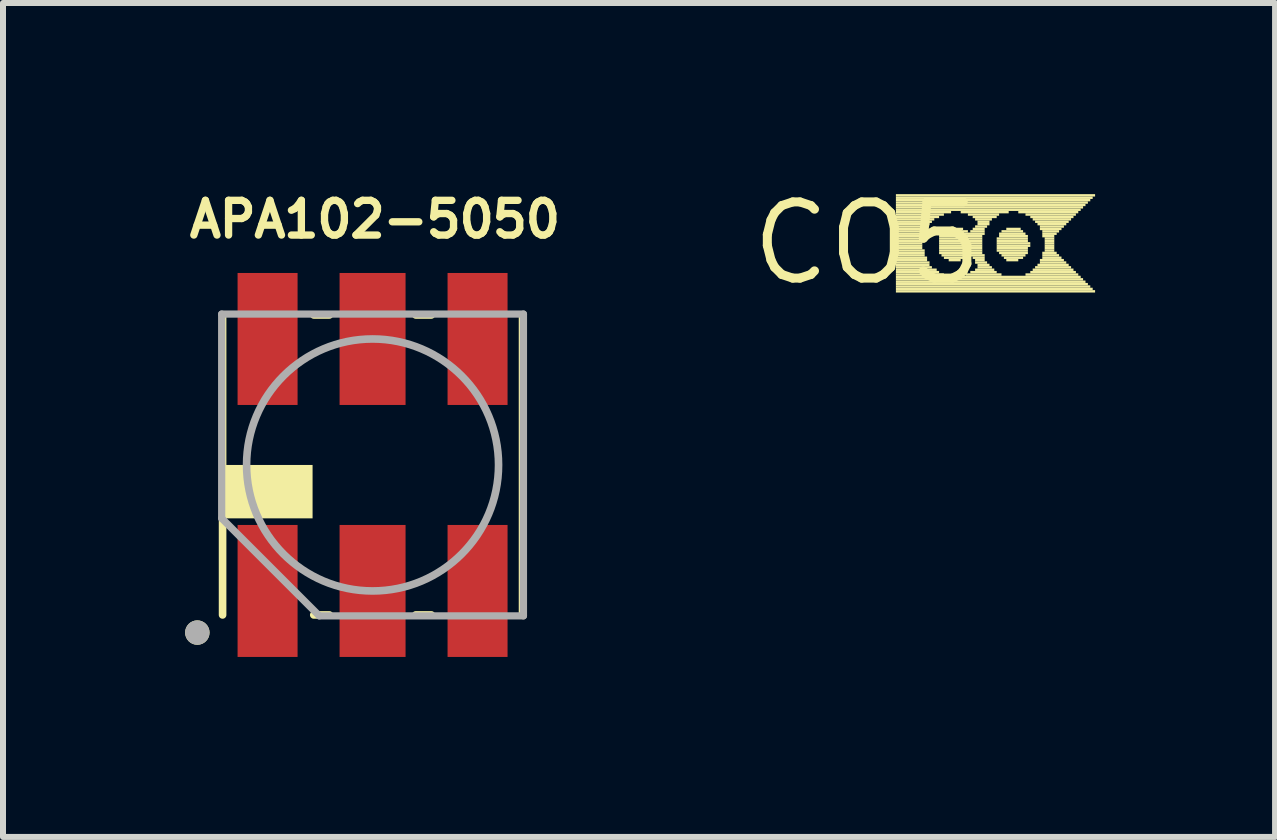
<source format=kicad_pcb>
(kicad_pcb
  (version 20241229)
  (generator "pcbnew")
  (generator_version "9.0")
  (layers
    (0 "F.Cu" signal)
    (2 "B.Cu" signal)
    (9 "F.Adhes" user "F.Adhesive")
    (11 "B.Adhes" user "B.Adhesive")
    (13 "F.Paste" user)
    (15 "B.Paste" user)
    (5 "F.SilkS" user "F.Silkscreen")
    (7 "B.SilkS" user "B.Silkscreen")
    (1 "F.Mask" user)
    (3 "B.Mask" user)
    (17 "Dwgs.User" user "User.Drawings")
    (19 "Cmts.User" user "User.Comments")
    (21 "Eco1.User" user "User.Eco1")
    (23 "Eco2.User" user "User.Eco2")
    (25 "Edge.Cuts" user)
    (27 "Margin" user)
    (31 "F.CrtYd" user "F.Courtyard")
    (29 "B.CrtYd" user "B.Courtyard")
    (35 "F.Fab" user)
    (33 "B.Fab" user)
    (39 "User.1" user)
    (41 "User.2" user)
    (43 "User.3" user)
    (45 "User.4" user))
  (footprint "CO5"
    (layer "F.Cu")
    (at 11.403 1.006)
    (property "Reference" "CO5" (at 0 0 0) (layer "F.SilkS") (effects (font (size 1.27 1.27) (thickness 0.15))))
    (attr through_hole)
    (fp_poly (pts (xy 0.48 -0.78) (xy 3.8 -0.78) (xy 3.8 -0.82) (xy 0.48 -0.82)) (stroke (width 0) (type solid)) (fill yes) (layer "F.SilkS"))
    (fp_poly (pts (xy 0.48 -0.74) (xy 3.76 -0.74) (xy 3.76 -0.78) (xy 0.48 -0.78)) (stroke (width 0) (type solid)) (fill yes) (layer "F.SilkS"))
    (fp_poly (pts (xy 0.48 -0.7) (xy 3.72 -0.7) (xy 3.72 -0.74) (xy 0.48 -0.74)) (stroke (width 0) (type solid)) (fill yes) (layer "F.SilkS"))
    (fp_poly (pts (xy 0.48 -0.66) (xy 3.68 -0.66) (xy 3.68 -0.7) (xy 0.48 -0.7)) (stroke (width 0) (type solid)) (fill yes) (layer "F.SilkS"))
    (fp_poly (pts (xy 0.48 -0.62) (xy 3.64 -0.62) (xy 3.64 -0.66) (xy 0.48 -0.66)) (stroke (width 0) (type solid)) (fill yes) (layer "F.SilkS"))
    (fp_poly (pts (xy 0.48 -0.58) (xy 3.6 -0.58) (xy 3.6 -0.62) (xy 0.48 -0.62)) (stroke (width 0) (type solid)) (fill yes) (layer "F.SilkS"))
    (fp_poly (pts (xy 0.48 -0.54) (xy 3.56 -0.54) (xy 3.56 -0.58) (xy 0.48 -0.58)) (stroke (width 0) (type solid)) (fill yes) (layer "F.SilkS"))
    (fp_poly (pts (xy 0.48 -0.5) (xy 1.4 -0.5) (xy 1.4 -0.54) (xy 0.48 -0.54)) (stroke (width 0) (type solid)) (fill yes) (layer "F.SilkS"))
    (fp_poly (pts (xy 0.48 -0.46) (xy 1.28 -0.46) (xy 1.28 -0.5) (xy 0.48 -0.5)) (stroke (width 0) (type solid)) (fill yes) (layer "F.SilkS"))
    (fp_poly (pts (xy 0.48 -0.42) (xy 1.2 -0.42) (xy 1.2 -0.46) (xy 0.48 -0.46)) (stroke (width 0) (type solid)) (fill yes) (layer "F.SilkS"))
    (fp_poly (pts (xy 0.48 -0.38) (xy 1.12 -0.38) (xy 1.12 -0.42) (xy 0.48 -0.42)) (stroke (width 0) (type solid)) (fill yes) (layer "F.SilkS"))
    (fp_poly (pts (xy 0.48 -0.34) (xy 1.08 -0.34) (xy 1.08 -0.38) (xy 0.48 -0.38)) (stroke (width 0) (type solid)) (fill yes) (layer "F.SilkS"))
    (fp_poly (pts (xy 0.48 -0.3) (xy 1.04 -0.3) (xy 1.04 -0.34) (xy 0.48 -0.34)) (stroke (width 0) (type solid)) (fill yes) (layer "F.SilkS"))
    (fp_poly (pts (xy 0.48 -0.26) (xy 1 -0.26) (xy 1 -0.3) (xy 0.48 -0.3)) (stroke (width 0) (type solid)) (fill yes) (layer "F.SilkS"))
    (fp_poly (pts (xy 0.48 -0.22) (xy 1 -0.22) (xy 1 -0.26) (xy 0.48 -0.26)) (stroke (width 0) (type solid)) (fill yes) (layer "F.SilkS"))
    (fp_poly (pts (xy 0.48 -0.18) (xy 0.96 -0.18) (xy 0.96 -0.22) (xy 0.48 -0.22)) (stroke (width 0) (type solid)) (fill yes) (layer "F.SilkS"))
    (fp_poly (pts (xy 0.48 -0.14) (xy 0.96 -0.14) (xy 0.96 -0.18) (xy 0.48 -0.18)) (stroke (width 0) (type solid)) (fill yes) (layer "F.SilkS"))
    (fp_poly (pts (xy 0.48 -0.1) (xy 0.96 -0.1) (xy 0.96 -0.14) (xy 0.48 -0.14)) (stroke (width 0) (type solid)) (fill yes) (layer "F.SilkS"))
    (fp_poly (pts (xy 0.48 -0.06) (xy 0.92 -0.06) (xy 0.92 -0.1) (xy 0.48 -0.1)) (stroke (width 0) (type solid)) (fill yes) (layer "F.SilkS"))
    (fp_poly (pts (xy 0.48 -0.02) (xy 0.92 -0.02) (xy 0.92 -0.06) (xy 0.48 -0.06)) (stroke (width 0) (type solid)) (fill yes) (layer "F.SilkS"))
    (fp_poly (pts (xy 0.48 0.02) (xy 0.92 0.02) (xy 0.92 -0.02) (xy 0.48 -0.02)) (stroke (width 0) (type solid)) (fill yes) (layer "F.SilkS"))
    (fp_poly (pts (xy 0.48 0.06) (xy 0.92 0.06) (xy 0.92 0.02) (xy 0.48 0.02)) (stroke (width 0) (type solid)) (fill yes) (layer "F.SilkS"))
    (fp_poly (pts (xy 0.48 0.1) (xy 0.92 0.1) (xy 0.92 0.06) (xy 0.48 0.06)) (stroke (width 0) (type solid)) (fill yes) (layer "F.SilkS"))
    (fp_poly (pts (xy 0.48 0.14) (xy 0.96 0.14) (xy 0.96 0.1) (xy 0.48 0.1)) (stroke (width 0) (type solid)) (fill yes) (layer "F.SilkS"))
    (fp_poly (pts (xy 0.48 0.18) (xy 0.96 0.18) (xy 0.96 0.14) (xy 0.48 0.14)) (stroke (width 0) (type solid)) (fill yes) (layer "F.SilkS"))
    (fp_poly (pts (xy 0.48 0.22) (xy 0.96 0.22) (xy 0.96 0.18) (xy 0.48 0.18)) (stroke (width 0) (type solid)) (fill yes) (layer "F.SilkS"))
    (fp_poly (pts (xy 0.48 0.26) (xy 1 0.26) (xy 1 0.22) (xy 0.48 0.22)) (stroke (width 0) (type solid)) (fill yes) (layer "F.SilkS"))
    (fp_poly (pts (xy 0.48 0.3) (xy 1 0.3) (xy 1 0.26) (xy 0.48 0.26)) (stroke (width 0) (type solid)) (fill yes) (layer "F.SilkS"))
    (fp_poly (pts (xy 0.48 0.34) (xy 1.04 0.34) (xy 1.04 0.3) (xy 0.48 0.3)) (stroke (width 0) (type solid)) (fill yes) (layer "F.SilkS"))
    (fp_poly (pts (xy 0.48 0.38) (xy 1.04 0.38) (xy 1.04 0.34) (xy 0.48 0.34)) (stroke (width 0) (type solid)) (fill yes) (layer "F.SilkS"))
    (fp_poly (pts (xy 0.48 0.42) (xy 1.08 0.42) (xy 1.08 0.38) (xy 0.48 0.38)) (stroke (width 0) (type solid)) (fill yes) (layer "F.SilkS"))
    (fp_poly (pts (xy 0.48 0.46) (xy 1.16 0.46) (xy 1.16 0.42) (xy 0.48 0.42)) (stroke (width 0) (type solid)) (fill yes) (layer "F.SilkS"))
    (fp_poly (pts (xy 0.48 0.5) (xy 1.2 0.5) (xy 1.2 0.46) (xy 0.48 0.46)) (stroke (width 0) (type solid)) (fill yes) (layer "F.SilkS"))
    (fp_poly (pts (xy 0.48 0.54) (xy 1.28 0.54) (xy 1.28 0.5) (xy 0.48 0.5)) (stroke (width 0) (type solid)) (fill yes) (layer "F.SilkS"))
    (fp_poly (pts (xy 0.48 0.58) (xy 3.56 0.58) (xy 3.56 0.54) (xy 0.48 0.54)) (stroke (width 0) (type solid)) (fill yes) (layer "F.SilkS"))
    (fp_poly (pts (xy 0.48 0.62) (xy 3.6 0.62) (xy 3.6 0.58) (xy 0.48 0.58)) (stroke (width 0) (type solid)) (fill yes) (layer "F.SilkS"))
    (fp_poly (pts (xy 0.48 0.66) (xy 3.64 0.66) (xy 3.64 0.62) (xy 0.48 0.62)) (stroke (width 0) (type solid)) (fill yes) (layer "F.SilkS"))
    (fp_poly (pts (xy 0.48 0.7) (xy 3.68 0.7) (xy 3.68 0.66) (xy 0.48 0.66)) (stroke (width 0) (type solid)) (fill yes) (layer "F.SilkS"))
    (fp_poly (pts (xy 0.48 0.74) (xy 3.72 0.74) (xy 3.72 0.7) (xy 0.48 0.7)) (stroke (width 0) (type solid)) (fill yes) (layer "F.SilkS"))
    (fp_poly (pts (xy 0.48 0.78) (xy 3.76 0.78) (xy 3.76 0.74) (xy 0.48 0.74)) (stroke (width 0) (type solid)) (fill yes) (layer "F.SilkS"))
    (fp_poly (pts (xy 0.48 0.82) (xy 3.8 0.82) (xy 3.8 0.78) (xy 0.48 0.78)) (stroke (width 0) (type solid)) (fill yes) (layer "F.SilkS"))
    (fp_poly (pts (xy 1.2 -0.1) (xy 1.92 -0.1) (xy 1.92 -0.14) (xy 1.2 -0.14)) (stroke (width 0) (type solid)) (fill yes) (layer "F.SilkS"))
    (fp_poly (pts (xy 1.2 -0.06) (xy 1.92 -0.06) (xy 1.92 -0.1) (xy 1.2 -0.1)) (stroke (width 0) (type solid)) (fill yes) (layer "F.SilkS"))
    (fp_poly (pts (xy 1.2 -0.02) (xy 1.92 -0.02) (xy 1.92 -0.06) (xy 1.2 -0.06)) (stroke (width 0) (type solid)) (fill yes) (layer "F.SilkS"))
    (fp_poly (pts (xy 1.2 0.02) (xy 1.92 0.02) (xy 1.92 -0.02) (xy 1.2 -0.02)) (stroke (width 0) (type solid)) (fill yes) (layer "F.SilkS"))
    (fp_poly (pts (xy 1.2 0.06) (xy 1.92 0.06) (xy 1.92 0.02) (xy 1.2 0.02)) (stroke (width 0) (type solid)) (fill yes) (layer "F.SilkS"))
    (fp_poly (pts (xy 1.2 0.1) (xy 1.92 0.1) (xy 1.92 0.06) (xy 1.2 0.06)) (stroke (width 0) (type solid)) (fill yes) (layer "F.SilkS"))
    (fp_poly (pts (xy 1.2 0.14) (xy 1.92 0.14) (xy 1.92 0.1) (xy 1.2 0.1)) (stroke (width 0) (type solid)) (fill yes) (layer "F.SilkS"))
    (fp_poly (pts (xy 1.2 0.18) (xy 1.92 0.18) (xy 1.92 0.14) (xy 1.2 0.14)) (stroke (width 0) (type solid)) (fill yes) (layer "F.SilkS"))
    (fp_poly (pts (xy 1.24 -0.14) (xy 1.96 -0.14) (xy 1.96 -0.18) (xy 1.24 -0.18)) (stroke (width 0) (type solid)) (fill yes) (layer "F.SilkS"))
    (fp_poly (pts (xy 1.24 0.22) (xy 1.96 0.22) (xy 1.96 0.18) (xy 1.24 0.18)) (stroke (width 0) (type solid)) (fill yes) (layer "F.SilkS"))
    (fp_poly (pts (xy 1.28 -0.18) (xy 1.68 -0.18) (xy 1.68 -0.22) (xy 1.28 -0.22)) (stroke (width 0) (type solid)) (fill yes) (layer "F.SilkS"))
    (fp_poly (pts (xy 1.28 0.26) (xy 1.64 0.26) (xy 1.64 0.22) (xy 1.28 0.22)) (stroke (width 0) (type solid)) (fill yes) (layer "F.SilkS"))
    (fp_poly (pts (xy 1.32 -0.22) (xy 1.6 -0.22) (xy 1.6 -0.26) (xy 1.32 -0.26)) (stroke (width 0) (type solid)) (fill yes) (layer "F.SilkS"))
    (fp_poly (pts (xy 1.36 0.3) (xy 1.56 0.3) (xy 1.56 0.26) (xy 1.36 0.26)) (stroke (width 0) (type solid)) (fill yes) (layer "F.SilkS"))
    (fp_poly (pts (xy 1.56 -0.5) (xy 2.36 -0.5) (xy 2.36 -0.54) (xy 1.56 -0.54)) (stroke (width 0) (type solid)) (fill yes) (layer "F.SilkS"))
    (fp_poly (pts (xy 1.64 0.54) (xy 2.24 0.54) (xy 2.24 0.5) (xy 1.64 0.5)) (stroke (width 0) (type solid)) (fill yes) (layer "F.SilkS"))
    (fp_poly (pts (xy 1.68 -0.46) (xy 2.2 -0.46) (xy 2.2 -0.5) (xy 1.68 -0.5)) (stroke (width 0) (type solid)) (fill yes) (layer "F.SilkS"))
    (fp_poly (pts (xy 1.72 -0.18) (xy 1.96 -0.18) (xy 1.96 -0.22) (xy 1.72 -0.22)) (stroke (width 0) (type solid)) (fill yes) (layer "F.SilkS"))
    (fp_poly (pts (xy 1.72 0.5) (xy 2.16 0.5) (xy 2.16 0.46) (xy 1.72 0.46)) (stroke (width 0) (type solid)) (fill yes) (layer "F.SilkS"))
    (fp_poly (pts (xy 1.76 -0.42) (xy 2.16 -0.42) (xy 2.16 -0.46) (xy 1.76 -0.46)) (stroke (width 0) (type solid)) (fill yes) (layer "F.SilkS"))
    (fp_poly (pts (xy 1.76 -0.22) (xy 1.96 -0.22) (xy 1.96 -0.26) (xy 1.76 -0.26)) (stroke (width 0) (type solid)) (fill yes) (layer "F.SilkS"))
    (fp_poly (pts (xy 1.76 0.26) (xy 1.96 0.26) (xy 1.96 0.22) (xy 1.76 0.22)) (stroke (width 0) (type solid)) (fill yes) (layer "F.SilkS"))
    (fp_poly (pts (xy 1.8 -0.38) (xy 2.08 -0.38) (xy 2.08 -0.42) (xy 1.8 -0.42)) (stroke (width 0) (type solid)) (fill yes) (layer "F.SilkS"))
    (fp_poly (pts (xy 1.8 -0.26) (xy 2 -0.26) (xy 2 -0.3) (xy 1.8 -0.3)) (stroke (width 0) (type solid)) (fill yes) (layer "F.SilkS"))
    (fp_poly (pts (xy 1.8 0.3) (xy 1.96 0.3) (xy 1.96 0.26) (xy 1.8 0.26)) (stroke (width 0) (type solid)) (fill yes) (layer "F.SilkS"))
    (fp_poly (pts (xy 1.8 0.34) (xy 2 0.34) (xy 2 0.3) (xy 1.8 0.3)) (stroke (width 0) (type solid)) (fill yes) (layer "F.SilkS"))
    (fp_poly (pts (xy 1.8 0.46) (xy 2.12 0.46) (xy 2.12 0.42) (xy 1.8 0.42)) (stroke (width 0) (type solid)) (fill yes) (layer "F.SilkS"))
    (fp_poly (pts (xy 1.84 -0.34) (xy 2.04 -0.34) (xy 2.04 -0.38) (xy 1.84 -0.38)) (stroke (width 0) (type solid)) (fill yes) (layer "F.SilkS"))
    (fp_poly (pts (xy 1.84 -0.3) (xy 2.04 -0.3) (xy 2.04 -0.34) (xy 1.84 -0.34)) (stroke (width 0) (type solid)) (fill yes) (layer "F.SilkS"))
    (fp_poly (pts (xy 1.84 0.38) (xy 2.04 0.38) (xy 2.04 0.34) (xy 1.84 0.34)) (stroke (width 0) (type solid)) (fill yes) (layer "F.SilkS"))
    (fp_poly (pts (xy 1.84 0.42) (xy 2.08 0.42) (xy 2.08 0.38) (xy 1.84 0.38)) (stroke (width 0) (type solid)) (fill yes) (layer "F.SilkS"))
    (fp_poly (pts (xy 2.16 -0.06) (xy 2.68 -0.06) (xy 2.68 -0.1) (xy 2.16 -0.1)) (stroke (width 0) (type solid)) (fill yes) (layer "F.SilkS"))
    (fp_poly (pts (xy 2.16 -0.02) (xy 2.68 -0.02) (xy 2.68 -0.06) (xy 2.16 -0.06)) (stroke (width 0) (type solid)) (fill yes) (layer "F.SilkS"))
    (fp_poly (pts (xy 2.16 0.02) (xy 2.72 0.02) (xy 2.72 -0.02) (xy 2.16 -0.02)) (stroke (width 0) (type solid)) (fill yes) (layer "F.SilkS"))
    (fp_poly (pts (xy 2.16 0.06) (xy 2.72 0.06) (xy 2.72 0.02) (xy 2.16 0.02)) (stroke (width 0) (type solid)) (fill yes) (layer "F.SilkS"))
    (fp_poly (pts (xy 2.16 0.1) (xy 2.68 0.1) (xy 2.68 0.06) (xy 2.16 0.06)) (stroke (width 0) (type solid)) (fill yes) (layer "F.SilkS"))
    (fp_poly (pts (xy 2.16 0.14) (xy 2.68 0.14) (xy 2.68 0.1) (xy 2.16 0.1)) (stroke (width 0) (type solid)) (fill yes) (layer "F.SilkS"))
    (fp_poly (pts (xy 2.2 -0.14) (xy 2.64 -0.14) (xy 2.64 -0.18) (xy 2.2 -0.18)) (stroke (width 0) (type solid)) (fill yes) (layer "F.SilkS"))
    (fp_poly (pts (xy 2.2 -0.1) (xy 2.68 -0.1) (xy 2.68 -0.14) (xy 2.2 -0.14)) (stroke (width 0) (type solid)) (fill yes) (layer "F.SilkS"))
    (fp_poly (pts (xy 2.2 0.18) (xy 2.68 0.18) (xy 2.68 0.14) (xy 2.2 0.14)) (stroke (width 0) (type solid)) (fill yes) (layer "F.SilkS"))
    (fp_poly (pts (xy 2.24 -0.18) (xy 2.6 -0.18) (xy 2.6 -0.22) (xy 2.24 -0.22)) (stroke (width 0) (type solid)) (fill yes) (layer "F.SilkS"))
    (fp_poly (pts (xy 2.24 0.22) (xy 2.64 0.22) (xy 2.64 0.18) (xy 2.24 0.18)) (stroke (width 0) (type solid)) (fill yes) (layer "F.SilkS"))
    (fp_poly (pts (xy 2.28 0.26) (xy 2.6 0.26) (xy 2.6 0.22) (xy 2.28 0.22)) (stroke (width 0) (type solid)) (fill yes) (layer "F.SilkS"))
    (fp_poly (pts (xy 2.32 -0.22) (xy 2.56 -0.22) (xy 2.56 -0.26) (xy 2.32 -0.26)) (stroke (width 0) (type solid)) (fill yes) (layer "F.SilkS"))
    (fp_poly (pts (xy 2.32 0.3) (xy 2.52 0.3) (xy 2.52 0.26) (xy 2.32 0.26)) (stroke (width 0) (type solid)) (fill yes) (layer "F.SilkS"))
    (fp_poly (pts (xy 2.52 -0.5) (xy 3.52 -0.5) (xy 3.52 -0.54) (xy 2.52 -0.54)) (stroke (width 0) (type solid)) (fill yes) (layer "F.SilkS"))
    (fp_poly (pts (xy 2.64 -0.46) (xy 3.48 -0.46) (xy 3.48 -0.5) (xy 2.64 -0.5)) (stroke (width 0) (type solid)) (fill yes) (layer "F.SilkS"))
    (fp_poly (pts (xy 2.64 0.54) (xy 3.52 0.54) (xy 3.52 0.5) (xy 2.64 0.5)) (stroke (width 0) (type solid)) (fill yes) (layer "F.SilkS"))
    (fp_poly (pts (xy 2.72 -0.42) (xy 3.44 -0.42) (xy 3.44 -0.46) (xy 2.72 -0.46)) (stroke (width 0) (type solid)) (fill yes) (layer "F.SilkS"))
    (fp_poly (pts (xy 2.72 0.5) (xy 3.48 0.5) (xy 3.48 0.46) (xy 2.72 0.46)) (stroke (width 0) (type solid)) (fill yes) (layer "F.SilkS"))
    (fp_poly (pts (xy 2.76 -0.38) (xy 3.4 -0.38) (xy 3.4 -0.42) (xy 2.76 -0.42)) (stroke (width 0) (type solid)) (fill yes) (layer "F.SilkS"))
    (fp_poly (pts (xy 2.76 0.46) (xy 3.44 0.46) (xy 3.44 0.42) (xy 2.76 0.42)) (stroke (width 0) (type solid)) (fill yes) (layer "F.SilkS"))
    (fp_poly (pts (xy 2.8 -0.34) (xy 3.36 -0.34) (xy 3.36 -0.38) (xy 2.8 -0.38)) (stroke (width 0) (type solid)) (fill yes) (layer "F.SilkS"))
    (fp_poly (pts (xy 2.8 0.42) (xy 3.4 0.42) (xy 3.4 0.38) (xy 2.8 0.38)) (stroke (width 0) (type solid)) (fill yes) (layer "F.SilkS"))
    (fp_poly (pts (xy 2.84 -0.3) (xy 3.32 -0.3) (xy 3.32 -0.34) (xy 2.84 -0.34)) (stroke (width 0) (type solid)) (fill yes) (layer "F.SilkS"))
    (fp_poly (pts (xy 2.84 0.38) (xy 3.36 0.38) (xy 3.36 0.34) (xy 2.84 0.34)) (stroke (width 0) (type solid)) (fill yes) (layer "F.SilkS"))
    (fp_poly (pts (xy 2.88 -0.26) (xy 3.28 -0.26) (xy 3.28 -0.3) (xy 2.88 -0.3)) (stroke (width 0) (type solid)) (fill yes) (layer "F.SilkS"))
    (fp_poly (pts (xy 2.88 -0.22) (xy 3.24 -0.22) (xy 3.24 -0.26) (xy 2.88 -0.26)) (stroke (width 0) (type solid)) (fill yes) (layer "F.SilkS"))
    (fp_poly (pts (xy 2.88 0.3) (xy 3.28 0.3) (xy 3.28 0.26) (xy 2.88 0.26)) (stroke (width 0) (type solid)) (fill yes) (layer "F.SilkS"))
    (fp_poly (pts (xy 2.88 0.34) (xy 3.32 0.34) (xy 3.32 0.3) (xy 2.88 0.3)) (stroke (width 0) (type solid)) (fill yes) (layer "F.SilkS"))
    (fp_poly (pts (xy 2.92 -0.18) (xy 3.2 -0.18) (xy 3.2 -0.22) (xy 2.92 -0.22)) (stroke (width 0) (type solid)) (fill yes) (layer "F.SilkS"))
    (fp_poly (pts (xy 2.92 -0.14) (xy 3.16 -0.14) (xy 3.16 -0.18) (xy 2.92 -0.18)) (stroke (width 0) (type solid)) (fill yes) (layer "F.SilkS"))
    (fp_poly (pts (xy 2.92 -0.1) (xy 3.12 -0.1) (xy 3.12 -0.14) (xy 2.92 -0.14)) (stroke (width 0) (type solid)) (fill yes) (layer "F.SilkS"))
    (fp_poly (pts (xy 2.92 0.18) (xy 3.16 0.18) (xy 3.16 0.14) (xy 2.92 0.14)) (stroke (width 0) (type solid)) (fill yes) (layer "F.SilkS"))
    (fp_poly (pts (xy 2.92 0.22) (xy 3.2 0.22) (xy 3.2 0.18) (xy 2.92 0.18)) (stroke (width 0) (type solid)) (fill yes) (layer "F.SilkS"))
    (fp_poly (pts (xy 2.92 0.26) (xy 3.24 0.26) (xy 3.24 0.22) (xy 2.92 0.22)) (stroke (width 0) (type solid)) (fill yes) (layer "F.SilkS"))
    (fp_poly (pts (xy 2.96 -0.06) (xy 3.12 -0.06) (xy 3.12 -0.1) (xy 2.96 -0.1)) (stroke (width 0) (type solid)) (fill yes) (layer "F.SilkS"))
    (fp_poly (pts (xy 2.96 -0.02) (xy 3.12 -0.02) (xy 3.12 -0.06) (xy 2.96 -0.06)) (stroke (width 0) (type solid)) (fill yes) (layer "F.SilkS"))
    (fp_poly (pts (xy 2.96 0.02) (xy 3.12 0.02) (xy 3.12 -0.02) (xy 2.96 -0.02)) (stroke (width 0) (type solid)) (fill yes) (layer "F.SilkS"))
    (fp_poly (pts (xy 2.96 0.06) (xy 3.12 0.06) (xy 3.12 0.02) (xy 2.96 0.02)) (stroke (width 0) (type solid)) (fill yes) (layer "F.SilkS"))
    (fp_poly (pts (xy 2.96 0.1) (xy 3.12 0.1) (xy 3.12 0.06) (xy 2.96 0.06)) (stroke (width 0) (type solid)) (fill yes) (layer "F.SilkS"))
    (fp_poly (pts (xy 2.96 0.14) (xy 3.12 0.14) (xy 3.12 0.1) (xy 2.96 0.1)) (stroke (width 0) (type solid)) (fill yes) (layer "F.SilkS")))
  (footprint "APA102-5050"
    (layer "F.Cu")
    (at 3.16 4.7)
    (property "Reference" "APA102-5050" (at 0.04 -3.755 0) (layer "F.SilkS") (effects (font (size 0.579 0.579) (thickness 0.122)) (justify bottom)))
    (attr through_hole)
    (fp_line (start -2.5 2.5) (end -2.5 -2.5) (stroke (width 0.127) (type solid)) (layer "F.SilkS"))
    (fp_line (start -0.72 -2.5) (end -0.98 -2.5) (stroke (width 0.127) (type solid)) (layer "F.SilkS"))
    (fp_line (start -0.72 2.5) (end -0.98 2.5) (stroke (width 0.127) (type solid)) (layer "F.SilkS"))
    (fp_line (start 0.98 -2.5) (end 0.72 -2.5) (stroke (width 0.127) (type solid)) (layer "F.SilkS"))
    (fp_line (start 0.98 2.5) (end 0.72 2.5) (stroke (width 0.127) (type solid)) (layer "F.SilkS"))
    (fp_line (start 2.5 -2.5) (end 2.5 2.5) (stroke (width 0.127) (type solid)) (layer "F.SilkS"))
    (fp_circle (center -2.921 2.794) (end -2.819 2.794) (stroke (width 0.203) (type solid)) (fill no) (layer "F.SilkS"))
    (fp_poly (pts (xy -2.55 0.89) (xy -1 0.89) (xy -1 0) (xy -2.55 0)) (stroke (width 0) (type solid)) (fill yes) (layer "F.SilkS"))
    (fp_poly (pts (xy -2.25 -1.125) (xy -1.5 -1.125) (xy -1.5 -3.2) (xy -2.25 -3.2)) (stroke (width 0) (type solid)) (fill yes) (layer "F.Paste"))
    (fp_poly (pts (xy -2.25 3.2) (xy -1.5 3.2) (xy -1.5 1.125) (xy -2.25 1.125)) (stroke (width 0) (type solid)) (fill yes) (layer "F.Paste"))
    (fp_poly (pts (xy -0.375 -1.125) (xy 0.375 -1.125) (xy 0.375 -3.2) (xy -0.375 -3.2)) (stroke (width 0) (type solid)) (fill yes) (layer "F.Paste"))
    (fp_poly (pts (xy -0.375 3.2) (xy 0.375 3.2) (xy 0.375 1.125) (xy -0.375 1.125)) (stroke (width 0) (type solid)) (fill yes) (layer "F.Paste"))
    (fp_poly (pts (xy 1.5 -1.125) (xy 2.25 -1.125) (xy 2.25 -3.2) (xy 1.5 -3.2)) (stroke (width 0) (type solid)) (fill yes) (layer "F.Paste"))
    (fp_poly (pts (xy 1.5 3.2) (xy 2.25 3.2) (xy 2.25 1.125) (xy 1.5 1.125)) (stroke (width 0) (type solid)) (fill yes) (layer "F.Paste"))
    (fp_line (start -2.515 -2.515) (end -2.515 0.889) (stroke (width 0.12) (type solid)) (layer "F.Fab"))
    (fp_line (start -2.515 0.889) (end -0.889 2.515) (stroke (width 0.12) (type solid)) (layer "F.Fab"))
    (fp_line (start -0.889 2.515) (end 2.515 2.515) (stroke (width 0.12) (type solid)) (layer "F.Fab"))
    (fp_line (start 2.515 -2.515) (end -2.515 -2.515) (stroke (width 0.12) (type solid)) (layer "F.Fab"))
    (fp_line (start 2.515 2.515) (end 2.515 -2.515) (stroke (width 0.12) (type solid)) (layer "F.Fab"))
    (fp_circle (center -2.921 2.794) (end -2.819 2.794) (stroke (width 0.203) (type solid)) (fill no) (layer "F.Fab"))
    (fp_circle (center 0 0) (end 2.1 0) (stroke (width 0.127) (type solid)) (fill no) (layer "F.Fab"))
    (pad "P1" smd rect (at -1.75 2.1 270) (size 2.2 1) (layers "F.Cu" "F.Mask"))
    (pad "P2" smd rect (at 0 2.1 270) (size 2.2 1.1) (layers "F.Cu" "F.Mask"))
    (pad "P3" smd rect (at 1.75 2.1 270) (size 2.2 1) (layers "F.Cu" "F.Mask"))
    (pad "P4" smd rect (at 1.75 -2.1 270) (size 2.2 1) (layers "F.Cu" "F.Mask"))
    (pad "P5" smd rect (at 0 -2.1 270) (size 2.2 1.1) (layers "F.Cu" "F.Mask"))
    (pad "P6" smd rect (at -1.75 -2.1 270) (size 2.2 1) (layers "F.Cu" "F.Mask")))
  (gr_rect
    (start -3 -3)
    (end 18.203 10.9)
    (stroke (width 0.1) (type default))
    (fill no)
    (layer "Edge.Cuts")))
</source>
